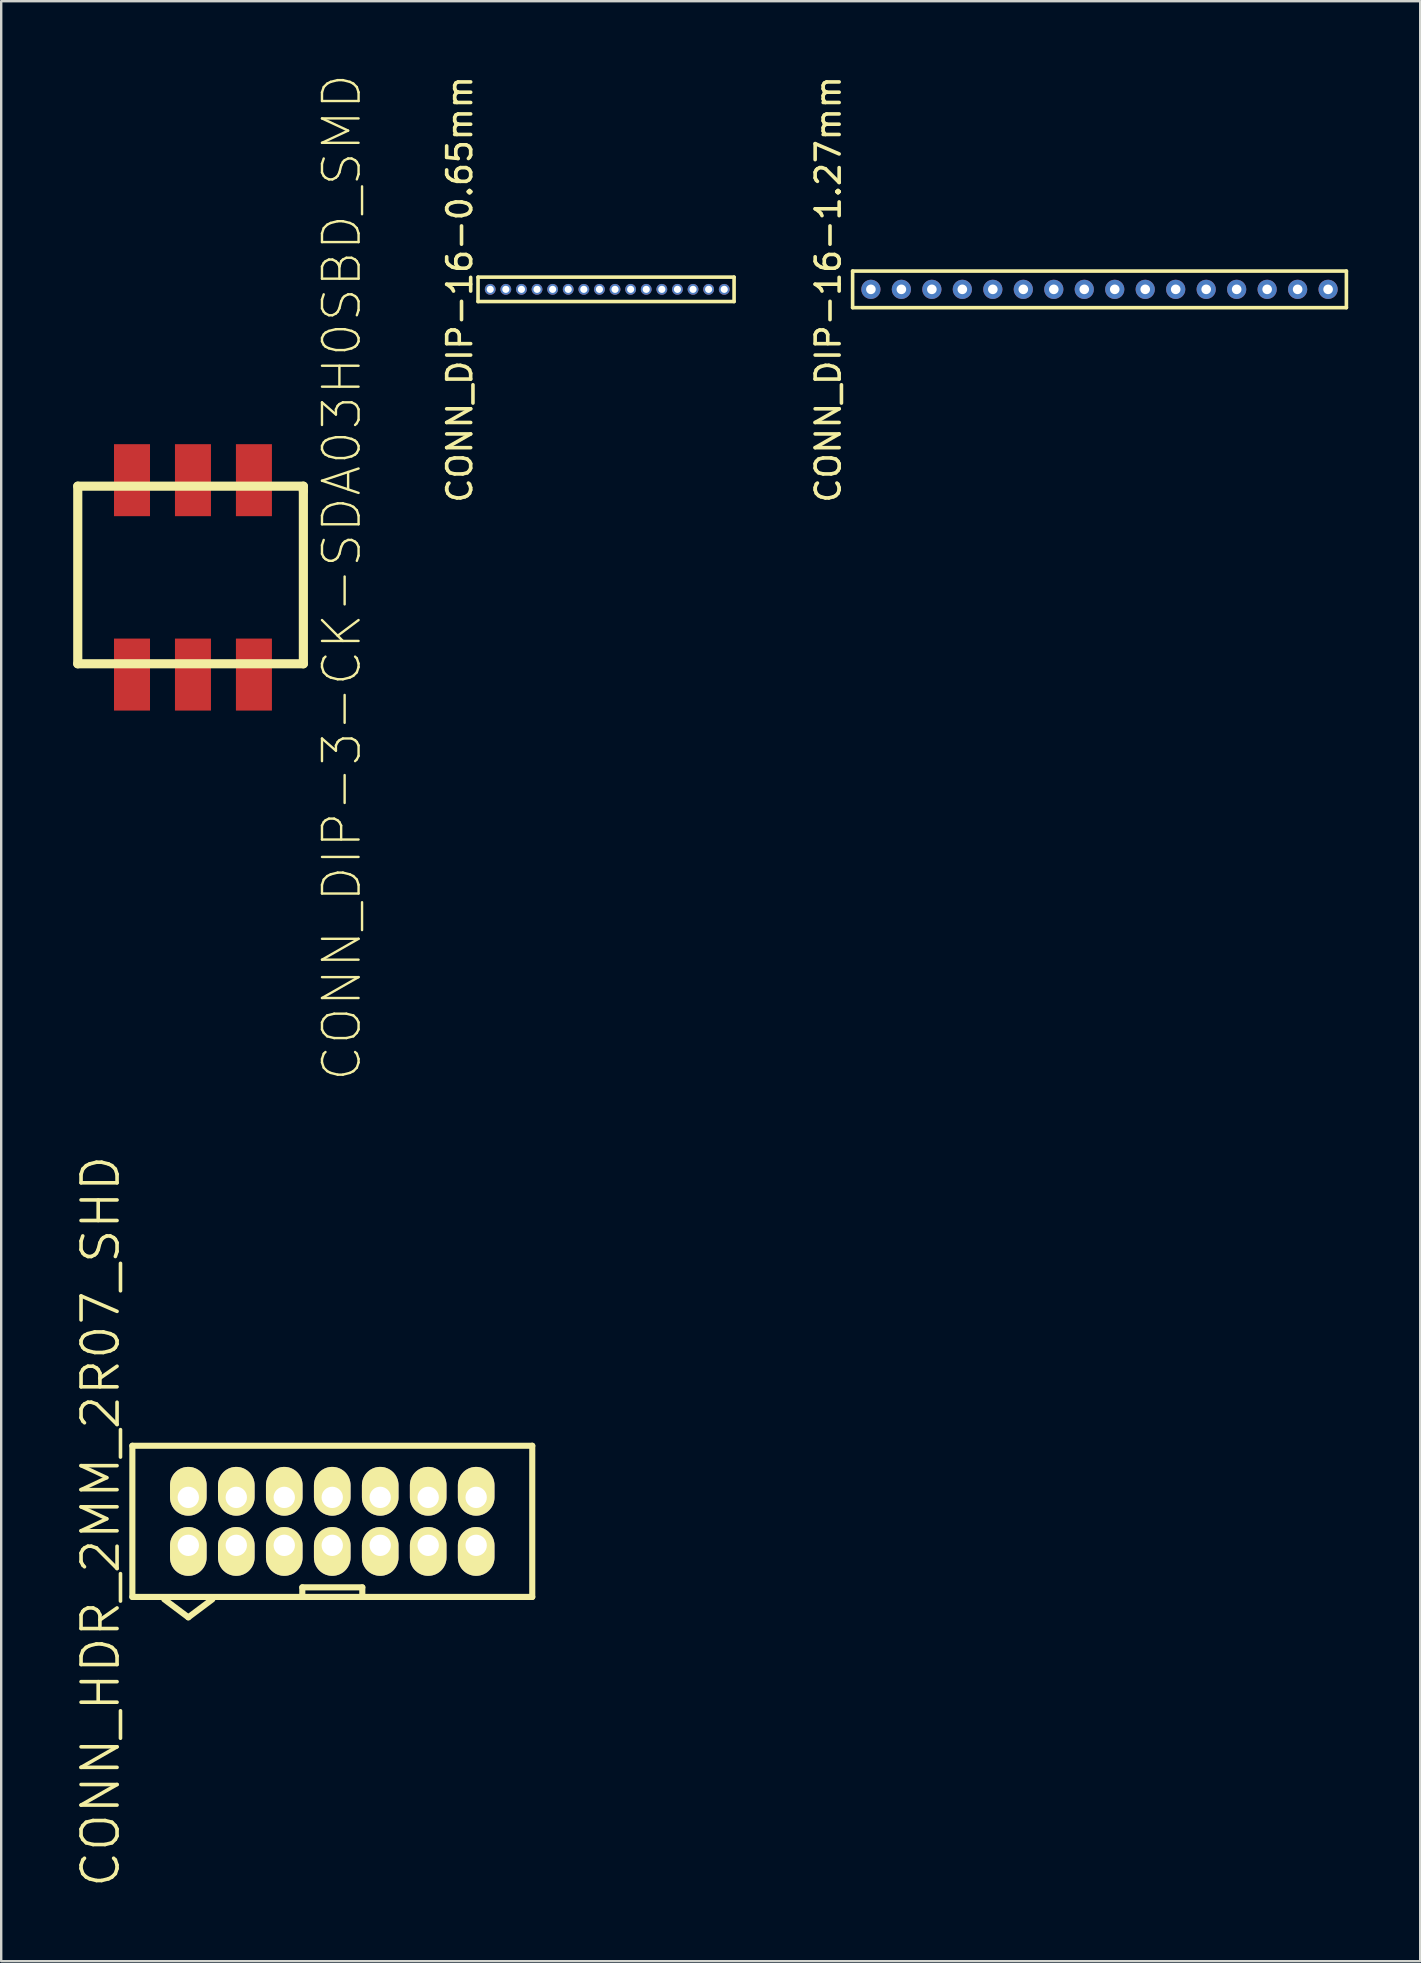
<source format=kicad_pcb>
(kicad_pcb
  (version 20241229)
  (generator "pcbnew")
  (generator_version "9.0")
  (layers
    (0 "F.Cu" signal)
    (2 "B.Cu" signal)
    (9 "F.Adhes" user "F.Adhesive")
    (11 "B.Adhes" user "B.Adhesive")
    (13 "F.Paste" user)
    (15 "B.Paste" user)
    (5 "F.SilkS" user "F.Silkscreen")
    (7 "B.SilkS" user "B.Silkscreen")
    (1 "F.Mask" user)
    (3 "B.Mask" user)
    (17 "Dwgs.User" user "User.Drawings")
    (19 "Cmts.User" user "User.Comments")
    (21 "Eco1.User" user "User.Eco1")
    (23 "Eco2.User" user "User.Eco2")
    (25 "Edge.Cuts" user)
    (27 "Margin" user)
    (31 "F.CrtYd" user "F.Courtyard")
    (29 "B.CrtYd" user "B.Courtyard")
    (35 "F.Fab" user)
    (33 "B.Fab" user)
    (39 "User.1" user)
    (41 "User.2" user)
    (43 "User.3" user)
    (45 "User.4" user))
  (footprint "CONN_DIP-3-CK-SDA03H0SBD_SMD"
    (layer "F.Cu")
    (at 4.99 21.007)
    (property "Reference" "CONN_DIP-3-CK-SDA03H0SBD_SMD" (at 6.2 0 90) (layer "F.SilkS") (effects (font (size 1.524 1.524) (thickness 0.1))))
    (attr through_hole)
    (fp_line (start -4.8 -3.8) (end -4.8 3.6) (stroke (width 0.381) (type solid)) (layer "F.SilkS"))
    (fp_line (start -4.8 3.6) (end 4.6 3.6) (stroke (width 0.381) (type solid)) (layer "F.SilkS"))
    (fp_line (start 4.6 -3.8) (end -4.8 -3.8) (stroke (width 0.381) (type solid)) (layer "F.SilkS"))
    (fp_line (start 4.6 -3.6) (end 4.6 -3.8) (stroke (width 0.381) (type solid)) (layer "F.SilkS"))
    (fp_line (start 4.6 3.6) (end 4.6 -3.6) (stroke (width 0.381) (type solid)) (layer "F.SilkS"))
    (pad "1" smd rect (at -2.54 -4.05) (size 1.5 3) (layers "F.Cu" "F.Mask" "F.Paste"))
    (pad "2" smd rect (at 0 -4.05) (size 1.5 3) (layers "F.Cu" "F.Mask" "F.Paste"))
    (pad "3" smd rect (at 2.54 -4.05) (size 1.5 3) (layers "F.Cu" "F.Mask" "F.Paste"))
    (pad "4" smd rect (at 2.54 4.05) (size 1.5 3) (layers "F.Cu" "F.Mask" "F.Paste"))
    (pad "5" smd rect (at 0 4.05) (size 1.5 3) (layers "F.Cu" "F.Mask" "F.Paste"))
    (pad "6" smd rect (at -2.54 4.05) (size 1.5 3) (layers "F.Cu" "F.Mask" "F.Paste")))
  (footprint "CONN_HDR_2MM_2R07_SHD"
    (layer "F.Cu")
    (at 10.793 60.339)
    (property "Reference" "CONN_HDR_2MM_2R07_SHD" (at -9.652 0 90) (layer "F.SilkS") (effects (font (size 1.5 1.5) (thickness 0.15))))
    (attr through_hole)
    (fp_line (start -8.328 -3.15) (end 8.334 -3.15) (stroke (width 0.254) (type solid)) (layer "F.SilkS"))
    (fp_line (start -8.328 3.149) (end -8.328 -3.15) (stroke (width 0.254) (type solid)) (layer "F.SilkS"))
    (fp_line (start -6.997 3.249) (end -5.997 3.999) (stroke (width 0.254) (type solid)) (layer "F.SilkS"))
    (fp_line (start -5.997 3.999) (end -4.997 3.249) (stroke (width 0.254) (type solid)) (layer "F.SilkS"))
    (fp_line (start -1.247 2.749) (end 1.253 2.749) (stroke (width 0.254) (type solid)) (layer "F.SilkS"))
    (fp_line (start -1.247 3.149) (end -1.247 2.749) (stroke (width 0.254) (type solid)) (layer "F.SilkS"))
    (fp_line (start 1.253 2.749) (end 1.253 3.149) (stroke (width 0.254) (type solid)) (layer "F.SilkS"))
    (fp_line (start 8.334 -3.15) (end 8.334 3.149) (stroke (width 0.254) (type solid)) (layer "F.SilkS"))
    (fp_line (start 8.334 3.149) (end -8.328 3.149) (stroke (width 0.254) (type solid)) (layer "F.SilkS"))
    (pad "1" thru_hole oval (at -5.997 0.999) (size 1.524 2.032) (drill 0.889 (offset 0 0.254)) (layers "*.Cu" "*.Mask" "F.SilkS"))
    (pad "2" thru_hole oval (at -5.997 -0.999 180) (size 1.524 2.032) (drill 0.889 (offset 0 0.254)) (layers "*.Cu" "*.Mask" "F.SilkS"))
    (pad "3" thru_hole oval (at -3.998 0.999) (size 1.524 2.032) (drill 0.889 (offset 0 0.254)) (layers "*.Cu" "*.Mask" "F.SilkS"))
    (pad "4" thru_hole oval (at -3.998 -0.999 180) (size 1.524 2.032) (drill 0.889 (offset 0 0.254)) (layers "*.Cu" "*.Mask" "F.SilkS"))
    (pad "5" thru_hole oval (at -1.999 0.999) (size 1.524 2.032) (drill 0.889 (offset 0 0.254)) (layers "*.Cu" "*.Mask" "F.SilkS"))
    (pad "6" thru_hole oval (at -1.999 -0.999 180) (size 1.524 2.032) (drill 0.889 (offset 0 0.254)) (layers "*.Cu" "*.Mask" "F.SilkS"))
    (pad "7" thru_hole oval (at 0 0.999) (size 1.524 2.032) (drill 0.889 (offset 0 0.254)) (layers "*.Cu" "*.Mask" "F.SilkS"))
    (pad "8" thru_hole oval (at 0 -0.999 180) (size 1.524 2.032) (drill 0.889 (offset 0 0.254)) (layers "*.Cu" "*.Mask" "F.SilkS"))
    (pad "9" thru_hole oval (at 1.999 0.999) (size 1.524 2.032) (drill 0.889 (offset 0 0.254)) (layers "*.Cu" "*.Mask" "F.SilkS"))
    (pad "10" thru_hole oval (at 1.999 -0.999 180) (size 1.524 2.032) (drill 0.889 (offset 0 0.254)) (layers "*.Cu" "*.Mask" "F.SilkS"))
    (pad "11" thru_hole oval (at 3.998 0.999) (size 1.524 2.032) (drill 0.889 (offset 0 0.254)) (layers "*.Cu" "*.Mask" "F.SilkS"))
    (pad "12" thru_hole oval (at 3.998 -0.999 180) (size 1.524 2.032) (drill 0.889 (offset 0 0.254)) (layers "*.Cu" "*.Mask" "F.SilkS"))
    (pad "13" thru_hole oval (at 5.997 0.999) (size 1.524 2.032) (drill 0.889 (offset 0 0.254)) (layers "*.Cu" "*.Mask" "F.SilkS"))
    (pad "14" thru_hole oval (at 5.997 -0.999 180) (size 1.524 2.032) (drill 0.889 (offset 0 0.254)) (layers "*.Cu" "*.Mask" "F.SilkS")))
  (footprint "CONN_DIP-16-1.27mm"
    (layer "F.Cu")
    (at 33.237 9.006)
    (property "Reference" "CONN_DIP-16-1.27mm" (at -1.778 0 90) (layer "F.SilkS") (effects (font (size 1 1) (thickness 0.15))))
    (attr through_hole)
    (fp_line (start -0.762 -0.762) (end -0.762 0.762) (stroke (width 0.15) (type solid)) (layer "F.SilkS"))
    (fp_line (start -0.762 0.762) (end 19.812 0.762) (stroke (width 0.15) (type solid)) (layer "F.SilkS"))
    (fp_line (start 19.812 -0.762) (end -0.762 -0.762) (stroke (width 0.15) (type solid)) (layer "F.SilkS"))
    (fp_line (start 19.812 0.762) (end 19.812 -0.762) (stroke (width 0.15) (type solid)) (layer "F.SilkS"))
    (pad "1" thru_hole circle (at 0 0) (size 0.8 0.8) (drill 0.4) (layers "*.Cu" "*.Mask"))
    (pad "2" thru_hole circle (at 1.27 0) (size 0.8 0.8) (drill 0.4) (layers "*.Cu" "*.Mask"))
    (pad "3" thru_hole circle (at 2.54 0) (size 0.8 0.8) (drill 0.4) (layers "*.Cu" "*.Mask"))
    (pad "4" thru_hole circle (at 3.81 0) (size 0.8 0.8) (drill 0.4) (layers "*.Cu" "*.Mask"))
    (pad "5" thru_hole circle (at 5.08 0) (size 0.8 0.8) (drill 0.4) (layers "*.Cu" "*.Mask"))
    (pad "6" thru_hole circle (at 6.35 0) (size 0.8 0.8) (drill 0.4) (layers "*.Cu" "*.Mask"))
    (pad "7" thru_hole circle (at 7.62 0) (size 0.8 0.8) (drill 0.4) (layers "*.Cu" "*.Mask"))
    (pad "8" thru_hole circle (at 8.89 0) (size 0.8 0.8) (drill 0.4) (layers "*.Cu" "*.Mask"))
    (pad "9" thru_hole circle (at 10.16 0) (size 0.8 0.8) (drill 0.4) (layers "*.Cu" "*.Mask"))
    (pad "10" thru_hole circle (at 11.43 0) (size 0.8 0.8) (drill 0.4) (layers "*.Cu" "*.Mask"))
    (pad "11" thru_hole circle (at 12.7 0) (size 0.8 0.8) (drill 0.4) (layers "*.Cu" "*.Mask"))
    (pad "12" thru_hole circle (at 13.97 0) (size 0.8 0.8) (drill 0.4) (layers "*.Cu" "*.Mask"))
    (pad "13" thru_hole circle (at 15.24 0) (size 0.8 0.8) (drill 0.4) (layers "*.Cu" "*.Mask"))
    (pad "14" thru_hole circle (at 16.51 0) (size 0.8 0.8) (drill 0.4) (layers "*.Cu" "*.Mask"))
    (pad "15" thru_hole circle (at 17.78 0) (size 0.8 0.8) (drill 0.4) (layers "*.Cu" "*.Mask"))
    (pad "16" thru_hole circle (at 19.05 0) (size 0.8 0.8) (drill 0.4) (layers "*.Cu" "*.Mask")))
  (footprint "CONN_DIP-16-0.65mm"
    (layer "F.Cu")
    (at 17.376 9.006)
    (property "Reference" "CONN_DIP-16-0.65mm" (at -1.27 0 90) (layer "F.SilkS") (effects (font (size 1 1) (thickness 0.15))))
    (attr through_hole)
    (fp_line (start -0.508 -0.508) (end -0.508 0.508) (stroke (width 0.15) (type solid)) (layer "F.SilkS"))
    (fp_line (start -0.508 0.508) (end 10.16 0.508) (stroke (width 0.15) (type solid)) (layer "F.SilkS"))
    (fp_line (start 10.16 -0.508) (end -0.508 -0.508) (stroke (width 0.15) (type solid)) (layer "F.SilkS"))
    (fp_line (start 10.16 0.508) (end 10.16 -0.508) (stroke (width 0.15) (type solid)) (layer "F.SilkS"))
    (pad "1" thru_hole circle (at 0 0) (size 0.45 0.45) (drill 0.3) (layers "*.Cu" "*.Mask"))
    (pad "2" thru_hole circle (at 0.65 0) (size 0.45 0.45) (drill 0.3) (layers "*.Cu" "*.Mask"))
    (pad "3" thru_hole circle (at 1.3 0) (size 0.45 0.45) (drill 0.3) (layers "*.Cu" "*.Mask"))
    (pad "4" thru_hole circle (at 1.95 0) (size 0.45 0.45) (drill 0.3) (layers "*.Cu" "*.Mask"))
    (pad "5" thru_hole circle (at 2.6 0) (size 0.45 0.45) (drill 0.3) (layers "*.Cu" "*.Mask"))
    (pad "6" thru_hole circle (at 3.25 0) (size 0.45 0.45) (drill 0.3) (layers "*.Cu" "*.Mask"))
    (pad "7" thru_hole circle (at 3.9 0) (size 0.45 0.45) (drill 0.3) (layers "*.Cu" "*.Mask"))
    (pad "8" thru_hole circle (at 4.55 0) (size 0.45 0.45) (drill 0.3) (layers "*.Cu" "*.Mask"))
    (pad "9" thru_hole circle (at 5.2 0) (size 0.45 0.45) (drill 0.3) (layers "*.Cu" "*.Mask"))
    (pad "10" thru_hole circle (at 5.85 0) (size 0.45 0.45) (drill 0.3) (layers "*.Cu" "*.Mask"))
    (pad "11" thru_hole circle (at 6.5 0) (size 0.45 0.45) (drill 0.3) (layers "*.Cu" "*.Mask"))
    (pad "12" thru_hole circle (at 7.15 0) (size 0.45 0.45) (drill 0.3) (layers "*.Cu" "*.Mask"))
    (pad "13" thru_hole circle (at 7.8 0) (size 0.45 0.45) (drill 0.3) (layers "*.Cu" "*.Mask"))
    (pad "14" thru_hole circle (at 8.45 0) (size 0.45 0.45) (drill 0.3) (layers "*.Cu" "*.Mask"))
    (pad "15" thru_hole circle (at 9.1 0) (size 0.45 0.45) (drill 0.3) (layers "*.Cu" "*.Mask"))
    (pad "16" thru_hole circle (at 9.75 0) (size 0.45 0.45) (drill 0.3) (layers "*.Cu" "*.Mask")))
  (gr_rect
    (start -3 -3)
    (end 56.124 78.664)
    (stroke (width 0.1) (type default))
    (fill no)
    (layer "Edge.Cuts")))
</source>
